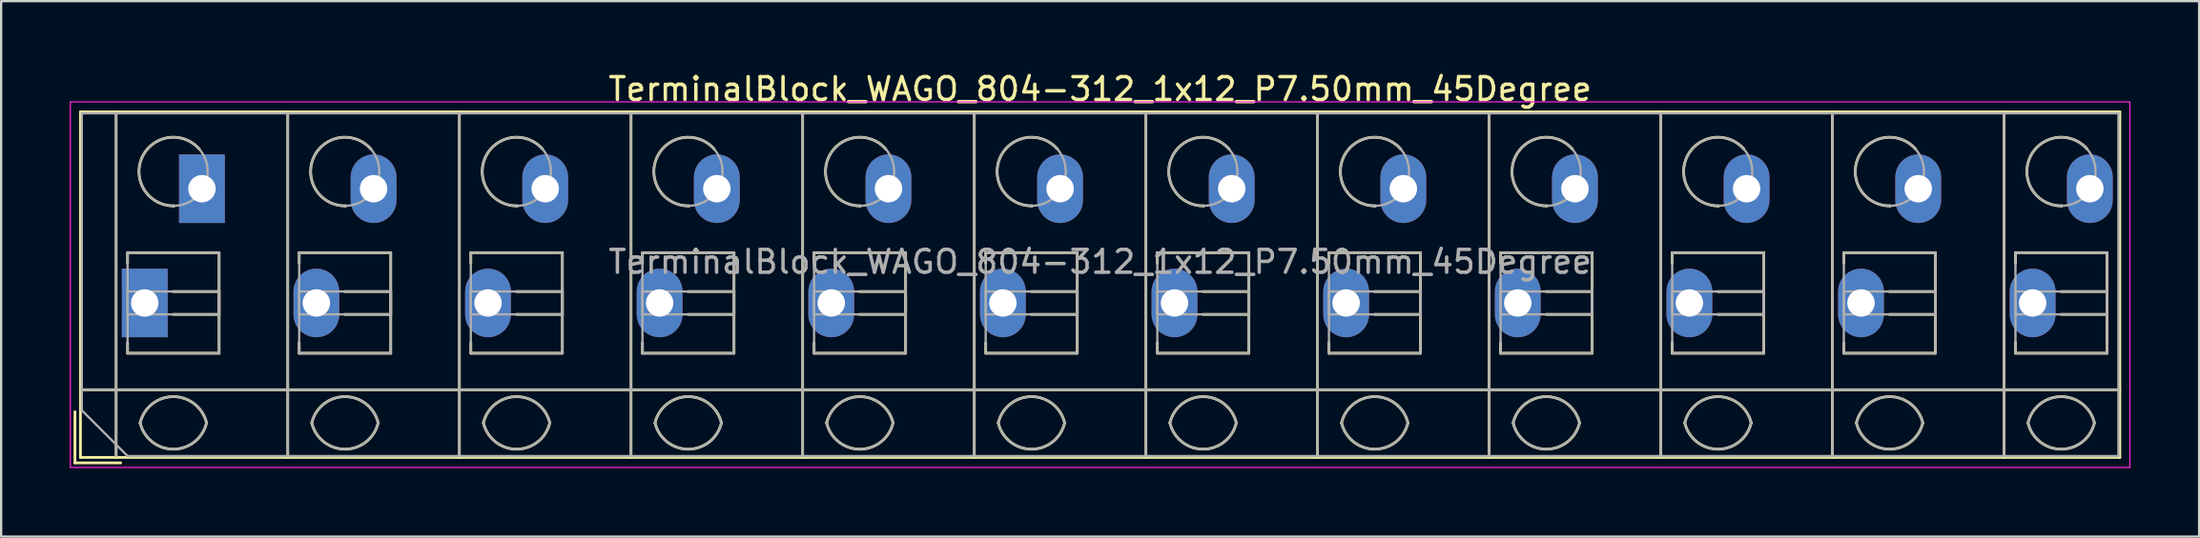
<source format=kicad_pcb>
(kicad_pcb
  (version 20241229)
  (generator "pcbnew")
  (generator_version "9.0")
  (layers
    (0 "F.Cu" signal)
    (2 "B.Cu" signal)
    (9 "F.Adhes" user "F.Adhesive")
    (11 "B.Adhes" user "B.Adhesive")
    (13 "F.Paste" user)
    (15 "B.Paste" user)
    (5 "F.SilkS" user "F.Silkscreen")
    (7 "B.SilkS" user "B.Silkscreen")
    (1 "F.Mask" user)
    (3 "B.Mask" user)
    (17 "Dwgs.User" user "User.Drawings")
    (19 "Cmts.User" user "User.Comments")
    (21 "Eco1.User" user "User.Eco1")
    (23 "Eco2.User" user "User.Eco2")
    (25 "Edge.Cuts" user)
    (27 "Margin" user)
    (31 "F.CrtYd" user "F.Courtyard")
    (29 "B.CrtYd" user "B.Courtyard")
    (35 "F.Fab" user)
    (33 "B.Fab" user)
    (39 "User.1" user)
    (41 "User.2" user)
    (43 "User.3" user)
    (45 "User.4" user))
  (footprint "TerminalBlock_WAGO_804-312_1x12_P7.50mm_45Degree"
    (layer "F.Cu")
    (at 3.275 10.208)
    (property "Reference" "TerminalBlock_WAGO_804-312_1x12_P7.50mm_45Degree" (at 41.75 -9.36 0) (layer "F.SilkS") (effects (font (size 1 1) (thickness 0.15))))
    (attr through_hole)
    (fp_line (start -3.05 4.76) (end -3.05 7) (stroke (width 0.12) (type solid)) (layer "F.SilkS"))
    (fp_line (start -3.05 7) (end -1.05 7) (stroke (width 0.12) (type solid)) (layer "F.SilkS"))
    (fp_line (start -2.81 -8.361) (end -2.81 6.76) (stroke (width 0.12) (type solid)) (layer "F.SilkS"))
    (fp_line (start -2.81 -8.361) (end 86.31 -8.361) (stroke (width 0.12) (type solid)) (layer "F.SilkS"))
    (fp_line (start -2.81 3.8) (end 86.31 3.8) (stroke (width 0.12) (type solid)) (layer "F.SilkS"))
    (fp_line (start -2.81 6.76) (end 86.31 6.76) (stroke (width 0.12) (type solid)) (layer "F.SilkS"))
    (fp_line (start -1.25 -8.361) (end -1.25 6.76) (stroke (width 0.12) (type solid)) (layer "F.SilkS"))
    (fp_line (start -0.75 -2.2) (end -0.75 -1.74) (stroke (width 0.12) (type solid)) (layer "F.SilkS"))
    (fp_line (start -0.75 -2.2) (end 3.25 -2.2) (stroke (width 0.12) (type solid)) (layer "F.SilkS"))
    (fp_line (start -0.75 1.74) (end -0.75 2.2) (stroke (width 0.12) (type solid)) (layer "F.SilkS"))
    (fp_line (start -0.75 2.2) (end 3.25 2.2) (stroke (width 0.12) (type solid)) (layer "F.SilkS"))
    (fp_line (start 1.24 -0.5) (end 3.25 -0.5) (stroke (width 0.12) (type solid)) (layer "F.SilkS"))
    (fp_line (start 1.24 0.5) (end 3.25 0.5) (stroke (width 0.12) (type solid)) (layer "F.SilkS"))
    (fp_line (start 3.25 -2.2) (end 3.25 2.2) (stroke (width 0.12) (type solid)) (layer "F.SilkS"))
    (fp_line (start 3.25 -0.5) (end 3.25 0.5) (stroke (width 0.12) (type solid)) (layer "F.SilkS"))
    (fp_line (start 6.25 -8.361) (end 6.25 6.76) (stroke (width 0.12) (type solid)) (layer "F.SilkS"))
    (fp_line (start 6.75 -2.2) (end 6.75 -1.74) (stroke (width 0.12) (type solid)) (layer "F.SilkS"))
    (fp_line (start 6.75 -2.2) (end 10.75 -2.2) (stroke (width 0.12) (type solid)) (layer "F.SilkS"))
    (fp_line (start 6.75 1.74) (end 6.75 2.2) (stroke (width 0.12) (type solid)) (layer "F.SilkS"))
    (fp_line (start 6.75 2.2) (end 10.75 2.2) (stroke (width 0.12) (type solid)) (layer "F.SilkS"))
    (fp_line (start 8.74 -0.5) (end 10.75 -0.5) (stroke (width 0.12) (type solid)) (layer "F.SilkS"))
    (fp_line (start 8.74 0.5) (end 10.75 0.5) (stroke (width 0.12) (type solid)) (layer "F.SilkS"))
    (fp_line (start 10.75 -2.2) (end 10.75 2.2) (stroke (width 0.12) (type solid)) (layer "F.SilkS"))
    (fp_line (start 10.75 -0.5) (end 10.75 0.5) (stroke (width 0.12) (type solid)) (layer "F.SilkS"))
    (fp_line (start 13.75 -8.361) (end 13.75 6.76) (stroke (width 0.12) (type solid)) (layer "F.SilkS"))
    (fp_line (start 14.25 -2.2) (end 14.25 -1.74) (stroke (width 0.12) (type solid)) (layer "F.SilkS"))
    (fp_line (start 14.25 -2.2) (end 18.25 -2.2) (stroke (width 0.12) (type solid)) (layer "F.SilkS"))
    (fp_line (start 14.25 1.74) (end 14.25 2.2) (stroke (width 0.12) (type solid)) (layer "F.SilkS"))
    (fp_line (start 14.25 2.2) (end 18.25 2.2) (stroke (width 0.12) (type solid)) (layer "F.SilkS"))
    (fp_line (start 16.24 -0.5) (end 18.25 -0.5) (stroke (width 0.12) (type solid)) (layer "F.SilkS"))
    (fp_line (start 16.24 0.5) (end 18.25 0.5) (stroke (width 0.12) (type solid)) (layer "F.SilkS"))
    (fp_line (start 18.25 -2.2) (end 18.25 2.2) (stroke (width 0.12) (type solid)) (layer "F.SilkS"))
    (fp_line (start 18.25 -0.5) (end 18.25 0.5) (stroke (width 0.12) (type solid)) (layer "F.SilkS"))
    (fp_line (start 21.25 -8.361) (end 21.25 6.76) (stroke (width 0.12) (type solid)) (layer "F.SilkS"))
    (fp_line (start 21.75 -2.2) (end 21.75 -1.74) (stroke (width 0.12) (type solid)) (layer "F.SilkS"))
    (fp_line (start 21.75 -2.2) (end 25.75 -2.2) (stroke (width 0.12) (type solid)) (layer "F.SilkS"))
    (fp_line (start 21.75 1.74) (end 21.75 2.2) (stroke (width 0.12) (type solid)) (layer "F.SilkS"))
    (fp_line (start 21.75 2.2) (end 25.75 2.2) (stroke (width 0.12) (type solid)) (layer "F.SilkS"))
    (fp_line (start 23.74 -0.5) (end 25.75 -0.5) (stroke (width 0.12) (type solid)) (layer "F.SilkS"))
    (fp_line (start 23.74 0.5) (end 25.75 0.5) (stroke (width 0.12) (type solid)) (layer "F.SilkS"))
    (fp_line (start 25.75 -2.2) (end 25.75 2.2) (stroke (width 0.12) (type solid)) (layer "F.SilkS"))
    (fp_line (start 25.75 -0.5) (end 25.75 0.5) (stroke (width 0.12) (type solid)) (layer "F.SilkS"))
    (fp_line (start 28.75 -8.361) (end 28.75 6.76) (stroke (width 0.12) (type solid)) (layer "F.SilkS"))
    (fp_line (start 29.25 -2.2) (end 29.25 -1.74) (stroke (width 0.12) (type solid)) (layer "F.SilkS"))
    (fp_line (start 29.25 -2.2) (end 33.25 -2.2) (stroke (width 0.12) (type solid)) (layer "F.SilkS"))
    (fp_line (start 29.25 1.74) (end 29.25 2.2) (stroke (width 0.12) (type solid)) (layer "F.SilkS"))
    (fp_line (start 29.25 2.2) (end 33.25 2.2) (stroke (width 0.12) (type solid)) (layer "F.SilkS"))
    (fp_line (start 31.24 -0.5) (end 33.25 -0.5) (stroke (width 0.12) (type solid)) (layer "F.SilkS"))
    (fp_line (start 31.24 0.5) (end 33.25 0.5) (stroke (width 0.12) (type solid)) (layer "F.SilkS"))
    (fp_line (start 33.25 -2.2) (end 33.25 2.2) (stroke (width 0.12) (type solid)) (layer "F.SilkS"))
    (fp_line (start 33.25 -0.5) (end 33.25 0.5) (stroke (width 0.12) (type solid)) (layer "F.SilkS"))
    (fp_line (start 36.25 -8.361) (end 36.25 6.76) (stroke (width 0.12) (type solid)) (layer "F.SilkS"))
    (fp_line (start 36.75 -2.2) (end 36.75 -1.74) (stroke (width 0.12) (type solid)) (layer "F.SilkS"))
    (fp_line (start 36.75 -2.2) (end 40.75 -2.2) (stroke (width 0.12) (type solid)) (layer "F.SilkS"))
    (fp_line (start 36.75 1.74) (end 36.75 2.2) (stroke (width 0.12) (type solid)) (layer "F.SilkS"))
    (fp_line (start 36.75 2.2) (end 40.75 2.2) (stroke (width 0.12) (type solid)) (layer "F.SilkS"))
    (fp_line (start 38.74 -0.5) (end 40.75 -0.5) (stroke (width 0.12) (type solid)) (layer "F.SilkS"))
    (fp_line (start 38.74 0.5) (end 40.75 0.5) (stroke (width 0.12) (type solid)) (layer "F.SilkS"))
    (fp_line (start 40.75 -2.2) (end 40.75 2.2) (stroke (width 0.12) (type solid)) (layer "F.SilkS"))
    (fp_line (start 40.75 -0.5) (end 40.75 0.5) (stroke (width 0.12) (type solid)) (layer "F.SilkS"))
    (fp_line (start 43.75 -8.361) (end 43.75 6.76) (stroke (width 0.12) (type solid)) (layer "F.SilkS"))
    (fp_line (start 44.25 -2.2) (end 44.25 -1.74) (stroke (width 0.12) (type solid)) (layer "F.SilkS"))
    (fp_line (start 44.25 -2.2) (end 48.25 -2.2) (stroke (width 0.12) (type solid)) (layer "F.SilkS"))
    (fp_line (start 44.25 1.74) (end 44.25 2.2) (stroke (width 0.12) (type solid)) (layer "F.SilkS"))
    (fp_line (start 44.25 2.2) (end 48.25 2.2) (stroke (width 0.12) (type solid)) (layer "F.SilkS"))
    (fp_line (start 46.24 -0.5) (end 48.25 -0.5) (stroke (width 0.12) (type solid)) (layer "F.SilkS"))
    (fp_line (start 46.24 0.5) (end 48.25 0.5) (stroke (width 0.12) (type solid)) (layer "F.SilkS"))
    (fp_line (start 48.25 -2.2) (end 48.25 2.2) (stroke (width 0.12) (type solid)) (layer "F.SilkS"))
    (fp_line (start 48.25 -0.5) (end 48.25 0.5) (stroke (width 0.12) (type solid)) (layer "F.SilkS"))
    (fp_line (start 51.25 -8.361) (end 51.25 6.76) (stroke (width 0.12) (type solid)) (layer "F.SilkS"))
    (fp_line (start 51.75 -2.2) (end 51.75 -1.74) (stroke (width 0.12) (type solid)) (layer "F.SilkS"))
    (fp_line (start 51.75 -2.2) (end 55.75 -2.2) (stroke (width 0.12) (type solid)) (layer "F.SilkS"))
    (fp_line (start 51.75 1.74) (end 51.75 2.2) (stroke (width 0.12) (type solid)) (layer "F.SilkS"))
    (fp_line (start 51.75 2.2) (end 55.75 2.2) (stroke (width 0.12) (type solid)) (layer "F.SilkS"))
    (fp_line (start 53.74 -0.5) (end 55.75 -0.5) (stroke (width 0.12) (type solid)) (layer "F.SilkS"))
    (fp_line (start 53.74 0.5) (end 55.75 0.5) (stroke (width 0.12) (type solid)) (layer "F.SilkS"))
    (fp_line (start 55.75 -2.2) (end 55.75 2.2) (stroke (width 0.12) (type solid)) (layer "F.SilkS"))
    (fp_line (start 55.75 -0.5) (end 55.75 0.5) (stroke (width 0.12) (type solid)) (layer "F.SilkS"))
    (fp_line (start 58.75 -8.361) (end 58.75 6.76) (stroke (width 0.12) (type solid)) (layer "F.SilkS"))
    (fp_line (start 59.25 -2.2) (end 59.25 -1.74) (stroke (width 0.12) (type solid)) (layer "F.SilkS"))
    (fp_line (start 59.25 -2.2) (end 63.25 -2.2) (stroke (width 0.12) (type solid)) (layer "F.SilkS"))
    (fp_line (start 59.25 1.74) (end 59.25 2.2) (stroke (width 0.12) (type solid)) (layer "F.SilkS"))
    (fp_line (start 59.25 2.2) (end 63.25 2.2) (stroke (width 0.12) (type solid)) (layer "F.SilkS"))
    (fp_line (start 61.24 -0.5) (end 63.25 -0.5) (stroke (width 0.12) (type solid)) (layer "F.SilkS"))
    (fp_line (start 61.24 0.5) (end 63.25 0.5) (stroke (width 0.12) (type solid)) (layer "F.SilkS"))
    (fp_line (start 63.25 -2.2) (end 63.25 2.2) (stroke (width 0.12) (type solid)) (layer "F.SilkS"))
    (fp_line (start 63.25 -0.5) (end 63.25 0.5) (stroke (width 0.12) (type solid)) (layer "F.SilkS"))
    (fp_line (start 66.25 -8.361) (end 66.25 6.76) (stroke (width 0.12) (type solid)) (layer "F.SilkS"))
    (fp_line (start 66.75 -2.2) (end 66.75 -1.74) (stroke (width 0.12) (type solid)) (layer "F.SilkS"))
    (fp_line (start 66.75 -2.2) (end 70.75 -2.2) (stroke (width 0.12) (type solid)) (layer "F.SilkS"))
    (fp_line (start 66.75 1.74) (end 66.75 2.2) (stroke (width 0.12) (type solid)) (layer "F.SilkS"))
    (fp_line (start 66.75 2.2) (end 70.75 2.2) (stroke (width 0.12) (type solid)) (layer "F.SilkS"))
    (fp_line (start 68.74 -0.5) (end 70.75 -0.5) (stroke (width 0.12) (type solid)) (layer "F.SilkS"))
    (fp_line (start 68.74 0.5) (end 70.75 0.5) (stroke (width 0.12) (type solid)) (layer "F.SilkS"))
    (fp_line (start 70.75 -2.2) (end 70.75 2.2) (stroke (width 0.12) (type solid)) (layer "F.SilkS"))
    (fp_line (start 70.75 -0.5) (end 70.75 0.5) (stroke (width 0.12) (type solid)) (layer "F.SilkS"))
    (fp_line (start 73.75 -8.361) (end 73.75 6.76) (stroke (width 0.12) (type solid)) (layer "F.SilkS"))
    (fp_line (start 74.25 -2.2) (end 74.25 -1.74) (stroke (width 0.12) (type solid)) (layer "F.SilkS"))
    (fp_line (start 74.25 -2.2) (end 78.25 -2.2) (stroke (width 0.12) (type solid)) (layer "F.SilkS"))
    (fp_line (start 74.25 1.74) (end 74.25 2.2) (stroke (width 0.12) (type solid)) (layer "F.SilkS"))
    (fp_line (start 74.25 2.2) (end 78.25 2.2) (stroke (width 0.12) (type solid)) (layer "F.SilkS"))
    (fp_line (start 76.24 -0.5) (end 78.25 -0.5) (stroke (width 0.12) (type solid)) (layer "F.SilkS"))
    (fp_line (start 76.24 0.5) (end 78.25 0.5) (stroke (width 0.12) (type solid)) (layer "F.SilkS"))
    (fp_line (start 78.25 -2.2) (end 78.25 2.2) (stroke (width 0.12) (type solid)) (layer "F.SilkS"))
    (fp_line (start 78.25 -0.5) (end 78.25 0.5) (stroke (width 0.12) (type solid)) (layer "F.SilkS"))
    (fp_line (start 81.25 -8.361) (end 81.25 6.76) (stroke (width 0.12) (type solid)) (layer "F.SilkS"))
    (fp_line (start 81.75 -2.2) (end 81.75 -1.74) (stroke (width 0.12) (type solid)) (layer "F.SilkS"))
    (fp_line (start 81.75 -2.2) (end 85.75 -2.2) (stroke (width 0.12) (type solid)) (layer "F.SilkS"))
    (fp_line (start 81.75 1.74) (end 81.75 2.2) (stroke (width 0.12) (type solid)) (layer "F.SilkS"))
    (fp_line (start 81.75 2.2) (end 85.75 2.2) (stroke (width 0.12) (type solid)) (layer "F.SilkS"))
    (fp_line (start 83.74 -0.5) (end 85.75 -0.5) (stroke (width 0.12) (type solid)) (layer "F.SilkS"))
    (fp_line (start 83.74 0.5) (end 85.75 0.5) (stroke (width 0.12) (type solid)) (layer "F.SilkS"))
    (fp_line (start 85.75 -2.2) (end 85.75 2.2) (stroke (width 0.12) (type solid)) (layer "F.SilkS"))
    (fp_line (start 85.75 -0.5) (end 85.75 0.5) (stroke (width 0.12) (type solid)) (layer "F.SilkS"))
    (fp_line (start 86.31 -8.361) (end 86.31 6.76) (stroke (width 0.12) (type solid)) (layer "F.SilkS"))
    (fp_arc (start -0.200865 5.250424) (mid 1.250296 4.099926) (end 2.701 5.251) (stroke (width 0.12) (type solid)) (layer "F.SilkS"))
    (fp_arc (start 1.276179 -4.250228) (mid 1.26309 -4.250057) (end 1.25 -4.25) (stroke (width 0.12) (type solid)) (layer "F.SilkS"))
    (fp_arc (start 1.276275 -4.248926) (mid -0.121539 -6.360568) (end 2.383 -6.735) (stroke (width 0.12) (type solid)) (layer "F.SilkS"))
    (fp_arc (start 2.7 5.25) (mid 1.250068 6.400101) (end -0.199969 5.250133) (stroke (width 0.12) (type solid)) (layer "F.SilkS"))
    (fp_arc (start 7.299135 5.250424) (mid 8.750296 4.099926) (end 10.201 5.251) (stroke (width 0.12) (type solid)) (layer "F.SilkS"))
    (fp_arc (start 8.776179 -4.250228) (mid 8.76309 -4.250057) (end 8.75 -4.25) (stroke (width 0.12) (type solid)) (layer "F.SilkS"))
    (fp_arc (start 8.776275 -4.248926) (mid 7.378461 -6.360568) (end 9.883 -6.735) (stroke (width 0.12) (type solid)) (layer "F.SilkS"))
    (fp_arc (start 10.2 5.25) (mid 8.750068 6.400101) (end 7.300031 5.250133) (stroke (width 0.12) (type solid)) (layer "F.SilkS"))
    (fp_arc (start 14.799135 5.250424) (mid 16.250296 4.099926) (end 17.701 5.251) (stroke (width 0.12) (type solid)) (layer "F.SilkS"))
    (fp_arc (start 16.276179 -4.250228) (mid 16.26309 -4.250057) (end 16.25 -4.25) (stroke (width 0.12) (type solid)) (layer "F.SilkS"))
    (fp_arc (start 16.276275 -4.248926) (mid 14.878461 -6.360568) (end 17.383 -6.735) (stroke (width 0.12) (type solid)) (layer "F.SilkS"))
    (fp_arc (start 17.7 5.25) (mid 16.250068 6.400101) (end 14.800031 5.250133) (stroke (width 0.12) (type solid)) (layer "F.SilkS"))
    (fp_arc (start 22.299135 5.250424) (mid 23.750296 4.099926) (end 25.201 5.251) (stroke (width 0.12) (type solid)) (layer "F.SilkS"))
    (fp_arc (start 23.776179 -4.250228) (mid 23.76309 -4.250057) (end 23.75 -4.25) (stroke (width 0.12) (type solid)) (layer "F.SilkS"))
    (fp_arc (start 23.776275 -4.248926) (mid 22.378461 -6.360568) (end 24.883 -6.735) (stroke (width 0.12) (type solid)) (layer "F.SilkS"))
    (fp_arc (start 25.2 5.25) (mid 23.750068 6.400101) (end 22.300031 5.250133) (stroke (width 0.12) (type solid)) (layer "F.SilkS"))
    (fp_arc (start 29.799135 5.250424) (mid 31.250296 4.099926) (end 32.701 5.251) (stroke (width 0.12) (type solid)) (layer "F.SilkS"))
    (fp_arc (start 31.276179 -4.250228) (mid 31.26309 -4.250057) (end 31.25 -4.25) (stroke (width 0.12) (type solid)) (layer "F.SilkS"))
    (fp_arc (start 31.276275 -4.248926) (mid 29.878461 -6.360568) (end 32.383 -6.735) (stroke (width 0.12) (type solid)) (layer "F.SilkS"))
    (fp_arc (start 32.701 5.25) (mid 31.250296 6.401074) (end 29.799135 5.250576) (stroke (width 0.12) (type solid)) (layer "F.SilkS"))
    (fp_arc (start 37.299135 5.250424) (mid 38.750296 4.099926) (end 40.201 5.251) (stroke (width 0.12) (type solid)) (layer "F.SilkS"))
    (fp_arc (start 38.776179 -4.250228) (mid 38.76309 -4.250057) (end 38.75 -4.25) (stroke (width 0.12) (type solid)) (layer "F.SilkS"))
    (fp_arc (start 38.776275 -4.248926) (mid 37.378461 -6.360568) (end 39.883 -6.735) (stroke (width 0.12) (type solid)) (layer "F.SilkS"))
    (fp_arc (start 40.2 5.25) (mid 38.750068 6.400101) (end 37.300031 5.250133) (stroke (width 0.12) (type solid)) (layer "F.SilkS"))
    (fp_arc (start 44.799135 5.250424) (mid 46.250296 4.099926) (end 47.701 5.251) (stroke (width 0.12) (type solid)) (layer "F.SilkS"))
    (fp_arc (start 46.276179 -4.250228) (mid 46.26309 -4.250057) (end 46.25 -4.25) (stroke (width 0.12) (type solid)) (layer "F.SilkS"))
    (fp_arc (start 46.276275 -4.248926) (mid 44.878461 -6.360568) (end 47.383 -6.735) (stroke (width 0.12) (type solid)) (layer "F.SilkS"))
    (fp_arc (start 47.7 5.25) (mid 46.250068 6.400101) (end 44.800031 5.250133) (stroke (width 0.12) (type solid)) (layer "F.SilkS"))
    (fp_arc (start 52.299135 5.250424) (mid 53.750296 4.099926) (end 55.201 5.251) (stroke (width 0.12) (type solid)) (layer "F.SilkS"))
    (fp_arc (start 53.776179 -4.250228) (mid 53.76309 -4.250057) (end 53.75 -4.25) (stroke (width 0.12) (type solid)) (layer "F.SilkS"))
    (fp_arc (start 53.776275 -4.248926) (mid 52.378461 -6.360568) (end 54.883 -6.735) (stroke (width 0.12) (type solid)) (layer "F.SilkS"))
    (fp_arc (start 55.2 5.25) (mid 53.750068 6.400101) (end 52.300031 5.250133) (stroke (width 0.12) (type solid)) (layer "F.SilkS"))
    (fp_arc (start 59.799135 5.250424) (mid 61.250296 4.099926) (end 62.701 5.251) (stroke (width 0.12) (type solid)) (layer "F.SilkS"))
    (fp_arc (start 61.276179 -4.250228) (mid 61.26309 -4.250057) (end 61.25 -4.25) (stroke (width 0.12) (type solid)) (layer "F.SilkS"))
    (fp_arc (start 61.276275 -4.248926) (mid 59.878461 -6.360568) (end 62.383 -6.735) (stroke (width 0.12) (type solid)) (layer "F.SilkS"))
    (fp_arc (start 62.7 5.25) (mid 61.250068 6.400101) (end 59.800031 5.250133) (stroke (width 0.12) (type solid)) (layer "F.SilkS"))
    (fp_arc (start 67.299135 5.250424) (mid 68.750296 4.099926) (end 70.201 5.251) (stroke (width 0.12) (type solid)) (layer "F.SilkS"))
    (fp_arc (start 68.776179 -4.250228) (mid 68.76309 -4.250057) (end 68.75 -4.25) (stroke (width 0.12) (type solid)) (layer "F.SilkS"))
    (fp_arc (start 68.776275 -4.248926) (mid 67.378461 -6.360568) (end 69.883 -6.735) (stroke (width 0.12) (type solid)) (layer "F.SilkS"))
    (fp_arc (start 70.2 5.25) (mid 68.750068 6.400101) (end 67.300031 5.250133) (stroke (width 0.12) (type solid)) (layer "F.SilkS"))
    (fp_arc (start 74.799135 5.250424) (mid 76.250296 4.099926) (end 77.701 5.251) (stroke (width 0.12) (type solid)) (layer "F.SilkS"))
    (fp_arc (start 76.276179 -4.250228) (mid 76.26309 -4.250057) (end 76.25 -4.25) (stroke (width 0.12) (type solid)) (layer "F.SilkS"))
    (fp_arc (start 76.276275 -4.248926) (mid 74.878461 -6.360568) (end 77.383 -6.735) (stroke (width 0.12) (type solid)) (layer "F.SilkS"))
    (fp_arc (start 77.7 5.25) (mid 76.250068 6.400101) (end 74.800031 5.250133) (stroke (width 0.12) (type solid)) (layer "F.SilkS"))
    (fp_arc (start 82.299135 5.250424) (mid 83.750296 4.099926) (end 85.201 5.251) (stroke (width 0.12) (type solid)) (layer "F.SilkS"))
    (fp_arc (start 83.776179 -4.250228) (mid 83.76309 -4.250057) (end 83.75 -4.25) (stroke (width 0.12) (type solid)) (layer "F.SilkS"))
    (fp_arc (start 83.776275 -4.248926) (mid 82.378461 -6.360568) (end 84.883 -6.735) (stroke (width 0.12) (type solid)) (layer "F.SilkS"))
    (fp_arc (start 85.2 5.25) (mid 83.750068 6.400101) (end 82.300031 5.250133) (stroke (width 0.12) (type solid)) (layer "F.SilkS"))
    (fp_line (start -3.25 -8.8) (end -3.25 7.2) (stroke (width 0.05) (type solid)) (layer "F.CrtYd"))
    (fp_line (start -3.25 7.2) (end 86.75 7.2) (stroke (width 0.05) (type solid)) (layer "F.CrtYd"))
    (fp_line (start 86.75 -8.8) (end -3.25 -8.8) (stroke (width 0.05) (type solid)) (layer "F.CrtYd"))
    (fp_line (start 86.75 7.2) (end 86.75 -8.8) (stroke (width 0.05) (type solid)) (layer "F.CrtYd"))
    (fp_line (start -2.75 -8.3) (end 86.25 -8.3) (stroke (width 0.1) (type solid)) (layer "F.Fab"))
    (fp_line (start -2.75 3.8) (end 86.25 3.8) (stroke (width 0.1) (type solid)) (layer "F.Fab"))
    (fp_line (start -2.75 4.7) (end -2.75 -8.3) (stroke (width 0.1) (type solid)) (layer "F.Fab"))
    (fp_line (start -1.25 -8.3) (end -1.25 6.7) (stroke (width 0.1) (type solid)) (layer "F.Fab"))
    (fp_line (start -0.75 -2.2) (end -0.75 2.2) (stroke (width 0.1) (type solid)) (layer "F.Fab"))
    (fp_line (start -0.75 -0.5) (end -0.75 0.5) (stroke (width 0.1) (type solid)) (layer "F.Fab"))
    (fp_line (start -0.75 0.5) (end 3.25 0.5) (stroke (width 0.1) (type solid)) (layer "F.Fab"))
    (fp_line (start -0.75 2.2) (end 3.25 2.2) (stroke (width 0.1) (type solid)) (layer "F.Fab"))
    (fp_line (start -0.75 6.7) (end -2.75 4.7) (stroke (width 0.1) (type solid)) (layer "F.Fab"))
    (fp_line (start 3.25 -2.2) (end -0.75 -2.2) (stroke (width 0.1) (type solid)) (layer "F.Fab"))
    (fp_line (start 3.25 -0.5) (end -0.75 -0.5) (stroke (width 0.1) (type solid)) (layer "F.Fab"))
    (fp_line (start 3.25 0.5) (end 3.25 -0.5) (stroke (width 0.1) (type solid)) (layer "F.Fab"))
    (fp_line (start 3.25 2.2) (end 3.25 -2.2) (stroke (width 0.1) (type solid)) (layer "F.Fab"))
    (fp_line (start 6.25 -8.3) (end 6.25 6.7) (stroke (width 0.1) (type solid)) (layer "F.Fab"))
    (fp_line (start 6.75 -2.2) (end 6.75 2.2) (stroke (width 0.1) (type solid)) (layer "F.Fab"))
    (fp_line (start 6.75 -0.5) (end 6.75 0.5) (stroke (width 0.1) (type solid)) (layer "F.Fab"))
    (fp_line (start 6.75 0.5) (end 10.75 0.5) (stroke (width 0.1) (type solid)) (layer "F.Fab"))
    (fp_line (start 6.75 2.2) (end 10.75 2.2) (stroke (width 0.1) (type solid)) (layer "F.Fab"))
    (fp_line (start 10.75 -2.2) (end 6.75 -2.2) (stroke (width 0.1) (type solid)) (layer "F.Fab"))
    (fp_line (start 10.75 -0.5) (end 6.75 -0.5) (stroke (width 0.1) (type solid)) (layer "F.Fab"))
    (fp_line (start 10.75 0.5) (end 10.75 -0.5) (stroke (width 0.1) (type solid)) (layer "F.Fab"))
    (fp_line (start 10.75 2.2) (end 10.75 -2.2) (stroke (width 0.1) (type solid)) (layer "F.Fab"))
    (fp_line (start 13.75 -8.3) (end 13.75 6.7) (stroke (width 0.1) (type solid)) (layer "F.Fab"))
    (fp_line (start 14.25 -2.2) (end 14.25 2.2) (stroke (width 0.1) (type solid)) (layer "F.Fab"))
    (fp_line (start 14.25 -0.5) (end 14.25 0.5) (stroke (width 0.1) (type solid)) (layer "F.Fab"))
    (fp_line (start 14.25 0.5) (end 18.25 0.5) (stroke (width 0.1) (type solid)) (layer "F.Fab"))
    (fp_line (start 14.25 2.2) (end 18.25 2.2) (stroke (width 0.1) (type solid)) (layer "F.Fab"))
    (fp_line (start 18.25 -2.2) (end 14.25 -2.2) (stroke (width 0.1) (type solid)) (layer "F.Fab"))
    (fp_line (start 18.25 -0.5) (end 14.25 -0.5) (stroke (width 0.1) (type solid)) (layer "F.Fab"))
    (fp_line (start 18.25 0.5) (end 18.25 -0.5) (stroke (width 0.1) (type solid)) (layer "F.Fab"))
    (fp_line (start 18.25 2.2) (end 18.25 -2.2) (stroke (width 0.1) (type solid)) (layer "F.Fab"))
    (fp_line (start 21.25 -8.3) (end 21.25 6.7) (stroke (width 0.1) (type solid)) (layer "F.Fab"))
    (fp_line (start 21.75 -2.2) (end 21.75 2.2) (stroke (width 0.1) (type solid)) (layer "F.Fab"))
    (fp_line (start 21.75 -0.5) (end 21.75 0.5) (stroke (width 0.1) (type solid)) (layer "F.Fab"))
    (fp_line (start 21.75 0.5) (end 25.75 0.5) (stroke (width 0.1) (type solid)) (layer "F.Fab"))
    (fp_line (start 21.75 2.2) (end 25.75 2.2) (stroke (width 0.1) (type solid)) (layer "F.Fab"))
    (fp_line (start 25.75 -2.2) (end 21.75 -2.2) (stroke (width 0.1) (type solid)) (layer "F.Fab"))
    (fp_line (start 25.75 -0.5) (end 21.75 -0.5) (stroke (width 0.1) (type solid)) (layer "F.Fab"))
    (fp_line (start 25.75 0.5) (end 25.75 -0.5) (stroke (width 0.1) (type solid)) (layer "F.Fab"))
    (fp_line (start 25.75 2.2) (end 25.75 -2.2) (stroke (width 0.1) (type solid)) (layer "F.Fab"))
    (fp_line (start 28.75 -8.3) (end 28.75 6.7) (stroke (width 0.1) (type solid)) (layer "F.Fab"))
    (fp_line (start 29.25 -2.2) (end 29.25 2.2) (stroke (width 0.1) (type solid)) (layer "F.Fab"))
    (fp_line (start 29.25 -0.5) (end 29.25 0.5) (stroke (width 0.1) (type solid)) (layer "F.Fab"))
    (fp_line (start 29.25 0.5) (end 33.25 0.5) (stroke (width 0.1) (type solid)) (layer "F.Fab"))
    (fp_line (start 29.25 2.2) (end 33.25 2.2) (stroke (width 0.1) (type solid)) (layer "F.Fab"))
    (fp_line (start 33.25 -2.2) (end 29.25 -2.2) (stroke (width 0.1) (type solid)) (layer "F.Fab"))
    (fp_line (start 33.25 -0.5) (end 29.25 -0.5) (stroke (width 0.1) (type solid)) (layer "F.Fab"))
    (fp_line (start 33.25 0.5) (end 33.25 -0.5) (stroke (width 0.1) (type solid)) (layer "F.Fab"))
    (fp_line (start 33.25 2.2) (end 33.25 -2.2) (stroke (width 0.1) (type solid)) (layer "F.Fab"))
    (fp_line (start 36.25 -8.3) (end 36.25 6.7) (stroke (width 0.1) (type solid)) (layer "F.Fab"))
    (fp_line (start 36.75 -2.2) (end 36.75 2.2) (stroke (width 0.1) (type solid)) (layer "F.Fab"))
    (fp_line (start 36.75 -0.5) (end 36.75 0.5) (stroke (width 0.1) (type solid)) (layer "F.Fab"))
    (fp_line (start 36.75 0.5) (end 40.75 0.5) (stroke (width 0.1) (type solid)) (layer "F.Fab"))
    (fp_line (start 36.75 2.2) (end 40.75 2.2) (stroke (width 0.1) (type solid)) (layer "F.Fab"))
    (fp_line (start 40.75 -2.2) (end 36.75 -2.2) (stroke (width 0.1) (type solid)) (layer "F.Fab"))
    (fp_line (start 40.75 -0.5) (end 36.75 -0.5) (stroke (width 0.1) (type solid)) (layer "F.Fab"))
    (fp_line (start 40.75 0.5) (end 40.75 -0.5) (stroke (width 0.1) (type solid)) (layer "F.Fab"))
    (fp_line (start 40.75 2.2) (end 40.75 -2.2) (stroke (width 0.1) (type solid)) (layer "F.Fab"))
    (fp_line (start 43.75 -8.3) (end 43.75 6.7) (stroke (width 0.1) (type solid)) (layer "F.Fab"))
    (fp_line (start 44.25 -2.2) (end 44.25 2.2) (stroke (width 0.1) (type solid)) (layer "F.Fab"))
    (fp_line (start 44.25 -0.5) (end 44.25 0.5) (stroke (width 0.1) (type solid)) (layer "F.Fab"))
    (fp_line (start 44.25 0.5) (end 48.25 0.5) (stroke (width 0.1) (type solid)) (layer "F.Fab"))
    (fp_line (start 44.25 2.2) (end 48.25 2.2) (stroke (width 0.1) (type solid)) (layer "F.Fab"))
    (fp_line (start 48.25 -2.2) (end 44.25 -2.2) (stroke (width 0.1) (type solid)) (layer "F.Fab"))
    (fp_line (start 48.25 -0.5) (end 44.25 -0.5) (stroke (width 0.1) (type solid)) (layer "F.Fab"))
    (fp_line (start 48.25 0.5) (end 48.25 -0.5) (stroke (width 0.1) (type solid)) (layer "F.Fab"))
    (fp_line (start 48.25 2.2) (end 48.25 -2.2) (stroke (width 0.1) (type solid)) (layer "F.Fab"))
    (fp_line (start 51.25 -8.3) (end 51.25 6.7) (stroke (width 0.1) (type solid)) (layer "F.Fab"))
    (fp_line (start 51.75 -2.2) (end 51.75 2.2) (stroke (width 0.1) (type solid)) (layer "F.Fab"))
    (fp_line (start 51.75 -0.5) (end 51.75 0.5) (stroke (width 0.1) (type solid)) (layer "F.Fab"))
    (fp_line (start 51.75 0.5) (end 55.75 0.5) (stroke (width 0.1) (type solid)) (layer "F.Fab"))
    (fp_line (start 51.75 2.2) (end 55.75 2.2) (stroke (width 0.1) (type solid)) (layer "F.Fab"))
    (fp_line (start 55.75 -2.2) (end 51.75 -2.2) (stroke (width 0.1) (type solid)) (layer "F.Fab"))
    (fp_line (start 55.75 -0.5) (end 51.75 -0.5) (stroke (width 0.1) (type solid)) (layer "F.Fab"))
    (fp_line (start 55.75 0.5) (end 55.75 -0.5) (stroke (width 0.1) (type solid)) (layer "F.Fab"))
    (fp_line (start 55.75 2.2) (end 55.75 -2.2) (stroke (width 0.1) (type solid)) (layer "F.Fab"))
    (fp_line (start 58.75 -8.3) (end 58.75 6.7) (stroke (width 0.1) (type solid)) (layer "F.Fab"))
    (fp_line (start 59.25 -2.2) (end 59.25 2.2) (stroke (width 0.1) (type solid)) (layer "F.Fab"))
    (fp_line (start 59.25 -0.5) (end 59.25 0.5) (stroke (width 0.1) (type solid)) (layer "F.Fab"))
    (fp_line (start 59.25 0.5) (end 63.25 0.5) (stroke (width 0.1) (type solid)) (layer "F.Fab"))
    (fp_line (start 59.25 2.2) (end 63.25 2.2) (stroke (width 0.1) (type solid)) (layer "F.Fab"))
    (fp_line (start 63.25 -2.2) (end 59.25 -2.2) (stroke (width 0.1) (type solid)) (layer "F.Fab"))
    (fp_line (start 63.25 -0.5) (end 59.25 -0.5) (stroke (width 0.1) (type solid)) (layer "F.Fab"))
    (fp_line (start 63.25 0.5) (end 63.25 -0.5) (stroke (width 0.1) (type solid)) (layer "F.Fab"))
    (fp_line (start 63.25 2.2) (end 63.25 -2.2) (stroke (width 0.1) (type solid)) (layer "F.Fab"))
    (fp_line (start 66.25 -8.3) (end 66.25 6.7) (stroke (width 0.1) (type solid)) (layer "F.Fab"))
    (fp_line (start 66.75 -2.2) (end 66.75 2.2) (stroke (width 0.1) (type solid)) (layer "F.Fab"))
    (fp_line (start 66.75 -0.5) (end 66.75 0.5) (stroke (width 0.1) (type solid)) (layer "F.Fab"))
    (fp_line (start 66.75 0.5) (end 70.75 0.5) (stroke (width 0.1) (type solid)) (layer "F.Fab"))
    (fp_line (start 66.75 2.2) (end 70.75 2.2) (stroke (width 0.1) (type solid)) (layer "F.Fab"))
    (fp_line (start 70.75 -2.2) (end 66.75 -2.2) (stroke (width 0.1) (type solid)) (layer "F.Fab"))
    (fp_line (start 70.75 -0.5) (end 66.75 -0.5) (stroke (width 0.1) (type solid)) (layer "F.Fab"))
    (fp_line (start 70.75 0.5) (end 70.75 -0.5) (stroke (width 0.1) (type solid)) (layer "F.Fab"))
    (fp_line (start 70.75 2.2) (end 70.75 -2.2) (stroke (width 0.1) (type solid)) (layer "F.Fab"))
    (fp_line (start 73.75 -8.3) (end 73.75 6.7) (stroke (width 0.1) (type solid)) (layer "F.Fab"))
    (fp_line (start 74.25 -2.2) (end 74.25 2.2) (stroke (width 0.1) (type solid)) (layer "F.Fab"))
    (fp_line (start 74.25 -0.5) (end 74.25 0.5) (stroke (width 0.1) (type solid)) (layer "F.Fab"))
    (fp_line (start 74.25 0.5) (end 78.25 0.5) (stroke (width 0.1) (type solid)) (layer "F.Fab"))
    (fp_line (start 74.25 2.2) (end 78.25 2.2) (stroke (width 0.1) (type solid)) (layer "F.Fab"))
    (fp_line (start 78.25 -2.2) (end 74.25 -2.2) (stroke (width 0.1) (type solid)) (layer "F.Fab"))
    (fp_line (start 78.25 -0.5) (end 74.25 -0.5) (stroke (width 0.1) (type solid)) (layer "F.Fab"))
    (fp_line (start 78.25 0.5) (end 78.25 -0.5) (stroke (width 0.1) (type solid)) (layer "F.Fab"))
    (fp_line (start 78.25 2.2) (end 78.25 -2.2) (stroke (width 0.1) (type solid)) (layer "F.Fab"))
    (fp_line (start 81.25 -8.3) (end 81.25 6.7) (stroke (width 0.1) (type solid)) (layer "F.Fab"))
    (fp_line (start 81.75 -2.2) (end 81.75 2.2) (stroke (width 0.1) (type solid)) (layer "F.Fab"))
    (fp_line (start 81.75 -0.5) (end 81.75 0.5) (stroke (width 0.1) (type solid)) (layer "F.Fab"))
    (fp_line (start 81.75 0.5) (end 85.75 0.5) (stroke (width 0.1) (type solid)) (layer "F.Fab"))
    (fp_line (start 81.75 2.2) (end 85.75 2.2) (stroke (width 0.1) (type solid)) (layer "F.Fab"))
    (fp_line (start 85.75 -2.2) (end 81.75 -2.2) (stroke (width 0.1) (type solid)) (layer "F.Fab"))
    (fp_line (start 85.75 -0.5) (end 81.75 -0.5) (stroke (width 0.1) (type solid)) (layer "F.Fab"))
    (fp_line (start 85.75 0.5) (end 85.75 -0.5) (stroke (width 0.1) (type solid)) (layer "F.Fab"))
    (fp_line (start 85.75 2.2) (end 85.75 -2.2) (stroke (width 0.1) (type solid)) (layer "F.Fab"))
    (fp_line (start 86.25 -8.3) (end 86.25 6.7) (stroke (width 0.1) (type solid)) (layer "F.Fab"))
    (fp_line (start 86.25 6.7) (end -0.75 6.7) (stroke (width 0.1) (type solid)) (layer "F.Fab"))
    (fp_arc (start -0.200865 5.250424) (mid 1.250296 4.099926) (end 2.701 5.251) (stroke (width 0.1) (type solid)) (layer "F.Fab"))
    (fp_arc (start 2.7 5.25) (mid 1.250068 6.400101) (end -0.199969 5.250133) (stroke (width 0.1) (type solid)) (layer "F.Fab"))
    (fp_arc (start 7.299135 5.250424) (mid 8.750296 4.099926) (end 10.201 5.251) (stroke (width 0.1) (type solid)) (layer "F.Fab"))
    (fp_arc (start 10.2 5.25) (mid 8.750068 6.400101) (end 7.300031 5.250133) (stroke (width 0.1) (type solid)) (layer "F.Fab"))
    (fp_arc (start 14.799135 5.250424) (mid 16.250296 4.099926) (end 17.701 5.251) (stroke (width 0.1) (type solid)) (layer "F.Fab"))
    (fp_arc (start 17.7 5.25) (mid 16.250068 6.400101) (end 14.800031 5.250133) (stroke (width 0.1) (type solid)) (layer "F.Fab"))
    (fp_arc (start 22.299135 5.250424) (mid 23.750296 4.099926) (end 25.201 5.251) (stroke (width 0.1) (type solid)) (layer "F.Fab"))
    (fp_arc (start 25.2 5.25) (mid 23.750068 6.400101) (end 22.300031 5.250133) (stroke (width 0.1) (type solid)) (layer "F.Fab"))
    (fp_arc (start 29.799135 5.250424) (mid 31.250296 4.099926) (end 32.701 5.251) (stroke (width 0.1) (type solid)) (layer "F.Fab"))
    (fp_arc (start 32.701 5.25) (mid 31.250296 6.401074) (end 29.799135 5.250576) (stroke (width 0.1) (type solid)) (layer "F.Fab"))
    (fp_arc (start 37.299135 5.250424) (mid 38.750296 4.099926) (end 40.201 5.251) (stroke (width 0.1) (type solid)) (layer "F.Fab"))
    (fp_arc (start 40.2 5.25) (mid 38.750068 6.400101) (end 37.300031 5.250133) (stroke (width 0.1) (type solid)) (layer "F.Fab"))
    (fp_arc (start 44.799135 5.250424) (mid 46.250296 4.099926) (end 47.701 5.251) (stroke (width 0.1) (type solid)) (layer "F.Fab"))
    (fp_arc (start 47.7 5.25) (mid 46.250068 6.400101) (end 44.800031 5.250133) (stroke (width 0.1) (type solid)) (layer "F.Fab"))
    (fp_arc (start 52.299135 5.250424) (mid 53.750296 4.099926) (end 55.201 5.251) (stroke (width 0.1) (type solid)) (layer "F.Fab"))
    (fp_arc (start 55.2 5.25) (mid 53.750068 6.400101) (end 52.300031 5.250133) (stroke (width 0.1) (type solid)) (layer "F.Fab"))
    (fp_arc (start 59.799135 5.250424) (mid 61.250296 4.099926) (end 62.701 5.251) (stroke (width 0.1) (type solid)) (layer "F.Fab"))
    (fp_arc (start 62.7 5.25) (mid 61.250068 6.400101) (end 59.800031 5.250133) (stroke (width 0.1) (type solid)) (layer "F.Fab"))
    (fp_arc (start 67.299135 5.250424) (mid 68.750296 4.099926) (end 70.201 5.251) (stroke (width 0.1) (type solid)) (layer "F.Fab"))
    (fp_arc (start 70.2 5.25) (mid 68.750068 6.400101) (end 67.300031 5.250133) (stroke (width 0.1) (type solid)) (layer "F.Fab"))
    (fp_arc (start 74.799135 5.250424) (mid 76.250296 4.099926) (end 77.701 5.251) (stroke (width 0.1) (type solid)) (layer "F.Fab"))
    (fp_arc (start 77.7 5.25) (mid 76.250068 6.400101) (end 74.800031 5.250133) (stroke (width 0.1) (type solid)) (layer "F.Fab"))
    (fp_arc (start 82.299135 5.250424) (mid 83.750296 4.099926) (end 85.201 5.251) (stroke (width 0.1) (type solid)) (layer "F.Fab"))
    (fp_arc (start 85.2 5.25) (mid 83.750068 6.400101) (end 82.300031 5.250133) (stroke (width 0.1) (type solid)) (layer "F.Fab"))
    (fp_circle (center 1.25 -5.75) (end 2.75 -5.75) (stroke (width 0.1) (type solid)) (fill no) (layer "F.Fab"))
    (fp_circle (center 8.75 -5.75) (end 10.25 -5.75) (stroke (width 0.1) (type solid)) (fill no) (layer "F.Fab"))
    (fp_circle (center 16.25 -5.75) (end 17.75 -5.75) (stroke (width 0.1) (type solid)) (fill no) (layer "F.Fab"))
    (fp_circle (center 23.75 -5.75) (end 25.25 -5.75) (stroke (width 0.1) (type solid)) (fill no) (layer "F.Fab"))
    (fp_circle (center 31.25 -5.75) (end 32.75 -5.75) (stroke (width 0.1) (type solid)) (fill no) (layer "F.Fab"))
    (fp_circle (center 38.75 -5.75) (end 40.25 -5.75) (stroke (width 0.1) (type solid)) (fill no) (layer "F.Fab"))
    (fp_circle (center 46.25 -5.75) (end 47.75 -5.75) (stroke (width 0.1) (type solid)) (fill no) (layer "F.Fab"))
    (fp_circle (center 53.75 -5.75) (end 55.25 -5.75) (stroke (width 0.1) (type solid)) (fill no) (layer "F.Fab"))
    (fp_circle (center 61.25 -5.75) (end 62.75 -5.75) (stroke (width 0.1) (type solid)) (fill no) (layer "F.Fab"))
    (fp_circle (center 68.75 -5.75) (end 70.25 -5.75) (stroke (width 0.1) (type solid)) (fill no) (layer "F.Fab"))
    (fp_circle (center 76.25 -5.75) (end 77.75 -5.75) (stroke (width 0.1) (type solid)) (fill no) (layer "F.Fab"))
    (fp_circle (center 83.75 -5.75) (end 85.25 -5.75) (stroke (width 0.1) (type solid)) (fill no) (layer "F.Fab"))
    (fp_text user "${REFERENCE}" (at 41.75 -1.8 0) (layer "F.Fab") (effects (font (size 1 1) (thickness 0.15))))
    (pad "1" thru_hole rect (at 0 0) (size 2 3) (drill 1.2) (layers "*.Cu" "*.Mask"))
    (pad "1" thru_hole rect (at 2.5 -5) (size 2 3) (drill 1.2) (layers "*.Cu" "*.Mask"))
    (pad "2" thru_hole oval (at 7.5 0) (size 2 3) (drill 1.2) (layers "*.Cu" "*.Mask"))
    (pad "2" thru_hole oval (at 10 -5) (size 2 3) (drill 1.2) (layers "*.Cu" "*.Mask"))
    (pad "3" thru_hole oval (at 15 0) (size 2 3) (drill 1.2) (layers "*.Cu" "*.Mask"))
    (pad "3" thru_hole oval (at 17.5 -5) (size 2 3) (drill 1.2) (layers "*.Cu" "*.Mask"))
    (pad "4" thru_hole oval (at 22.5 0) (size 2 3) (drill 1.2) (layers "*.Cu" "*.Mask"))
    (pad "4" thru_hole oval (at 25 -5) (size 2 3) (drill 1.2) (layers "*.Cu" "*.Mask"))
    (pad "5" thru_hole oval (at 30 0) (size 2 3) (drill 1.2) (layers "*.Cu" "*.Mask"))
    (pad "5" thru_hole oval (at 32.5 -5) (size 2 3) (drill 1.2) (layers "*.Cu" "*.Mask"))
    (pad "6" thru_hole oval (at 37.5 0) (size 2 3) (drill 1.2) (layers "*.Cu" "*.Mask"))
    (pad "6" thru_hole oval (at 40 -5) (size 2 3) (drill 1.2) (layers "*.Cu" "*.Mask"))
    (pad "7" thru_hole oval (at 45 0) (size 2 3) (drill 1.2) (layers "*.Cu" "*.Mask"))
    (pad "7" thru_hole oval (at 47.5 -5) (size 2 3) (drill 1.2) (layers "*.Cu" "*.Mask"))
    (pad "8" thru_hole oval (at 52.5 0) (size 2 3) (drill 1.2) (layers "*.Cu" "*.Mask"))
    (pad "8" thru_hole oval (at 55 -5) (size 2 3) (drill 1.2) (layers "*.Cu" "*.Mask"))
    (pad "9" thru_hole oval (at 60 0) (size 2 3) (drill 1.2) (layers "*.Cu" "*.Mask"))
    (pad "9" thru_hole oval (at 62.5 -5) (size 2 3) (drill 1.2) (layers "*.Cu" "*.Mask"))
    (pad "10" thru_hole oval (at 67.5 0) (size 2 3) (drill 1.2) (layers "*.Cu" "*.Mask"))
    (pad "10" thru_hole oval (at 70 -5) (size 2 3) (drill 1.2) (layers "*.Cu" "*.Mask"))
    (pad "11" thru_hole oval (at 75 0) (size 2 3) (drill 1.2) (layers "*.Cu" "*.Mask"))
    (pad "11" thru_hole oval (at 77.5 -5) (size 2 3) (drill 1.2) (layers "*.Cu" "*.Mask"))
    (pad "12" thru_hole oval (at 82.5 0) (size 2 3) (drill 1.2) (layers "*.Cu" "*.Mask"))
    (pad "12" thru_hole oval (at 85 -5) (size 2 3) (drill 1.2) (layers "*.Cu" "*.Mask")))
  (gr_rect
    (start -3 -3)
    (end 93.05 20.433)
    (stroke (width 0.1) (type default))
    (fill no)
    (layer "Edge.Cuts")))
</source>
